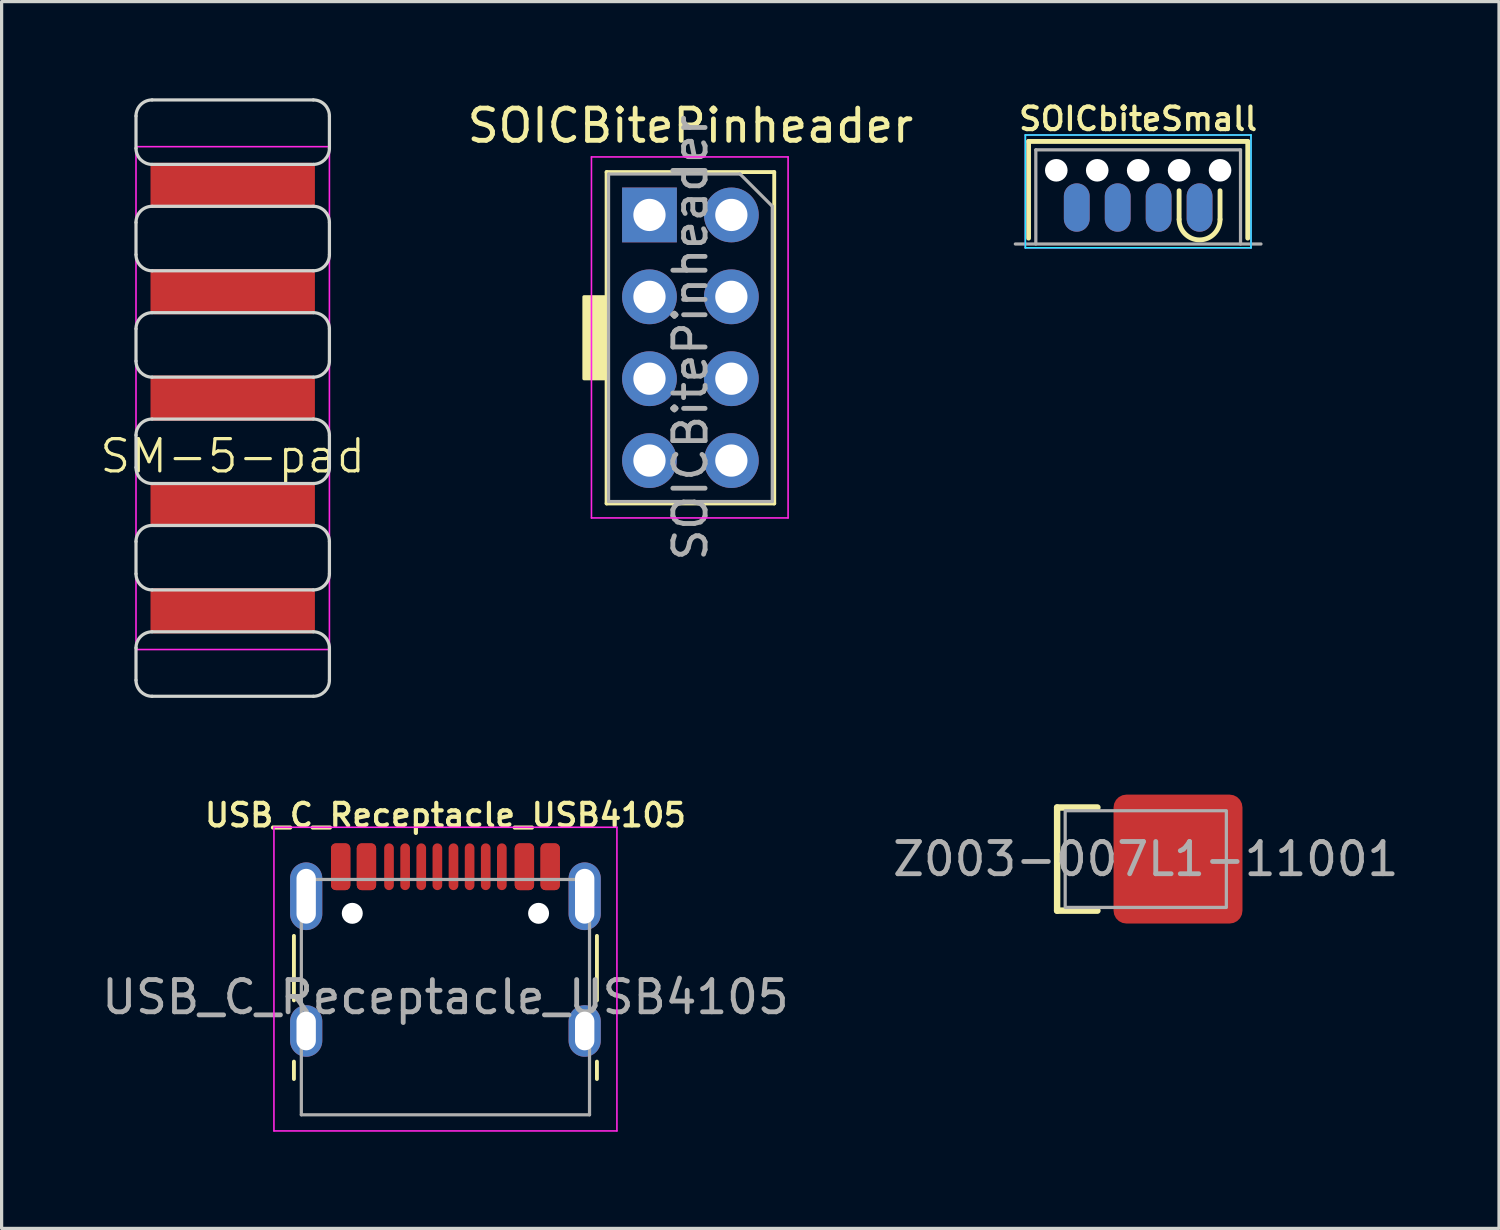
<source format=kicad_pcb>
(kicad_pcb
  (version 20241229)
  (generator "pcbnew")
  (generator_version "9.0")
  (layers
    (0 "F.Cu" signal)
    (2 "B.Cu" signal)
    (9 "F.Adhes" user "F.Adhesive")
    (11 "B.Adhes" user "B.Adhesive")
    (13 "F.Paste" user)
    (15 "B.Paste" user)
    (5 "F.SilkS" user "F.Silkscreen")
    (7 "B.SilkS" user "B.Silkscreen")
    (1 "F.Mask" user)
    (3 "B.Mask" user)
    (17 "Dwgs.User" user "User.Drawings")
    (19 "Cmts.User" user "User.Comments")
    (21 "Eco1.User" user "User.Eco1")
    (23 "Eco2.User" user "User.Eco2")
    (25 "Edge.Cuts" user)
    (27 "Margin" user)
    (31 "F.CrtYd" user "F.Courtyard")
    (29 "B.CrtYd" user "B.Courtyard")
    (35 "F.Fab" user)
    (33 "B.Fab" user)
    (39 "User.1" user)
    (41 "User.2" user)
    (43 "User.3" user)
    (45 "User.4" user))
  (footprint "SOICBitePinheader"
    (layer "F.Cu")
    (at 19.638 3.618)
    (property "Reference" "SOICBitePinheader" (at -1.27 -2.77 0) (layer "F.SilkS") (effects (font (size 1 1) (thickness 0.15))))
    (attr through_hole)
    (fp_line (start -3.87 -1.33) (end -3.87 8.95) (stroke (width 0.12) (type solid)) (layer "F.SilkS"))
    (fp_line (start -3.87 -1.33) (end 1.33 -1.33) (stroke (width 0.12) (type solid)) (layer "F.SilkS"))
    (fp_line (start -3.87 8.95) (end 1.33 8.95) (stroke (width 0.12) (type solid)) (layer "F.SilkS"))
    (fp_line (start 1.33 -1.33) (end 1.33 8.95) (stroke (width 0.12) (type solid)) (layer "F.SilkS"))
    (fp_poly (pts (xy -3.937 5.08) (xy -4.572 5.08) (xy -4.572 2.54) (xy -3.937 2.54)) (stroke (width 0.1) (type solid)) (fill yes) (layer "F.SilkS"))
    (fp_line (start -4.34 -1.8) (end 1.76 -1.8) (stroke (width 0.05) (type solid)) (layer "F.CrtYd"))
    (fp_line (start -4.34 9.4) (end -4.34 -1.8) (stroke (width 0.05) (type solid)) (layer "F.CrtYd"))
    (fp_line (start 1.76 -1.8) (end 1.76 9.4) (stroke (width 0.05) (type solid)) (layer "F.CrtYd"))
    (fp_line (start 1.76 9.4) (end -4.34 9.4) (stroke (width 0.05) (type solid)) (layer "F.CrtYd"))
    (fp_line (start -3.81 -1.27) (end 0.27 -1.27) (stroke (width 0.1) (type solid)) (layer "F.Fab"))
    (fp_line (start -3.81 8.89) (end -3.81 -1.27) (stroke (width 0.1) (type solid)) (layer "F.Fab"))
    (fp_line (start 0.27 -1.27) (end 1.27 -0.27) (stroke (width 0.1) (type solid)) (layer "F.Fab"))
    (fp_line (start 1.27 -0.27) (end 1.27 8.89) (stroke (width 0.1) (type solid)) (layer "F.Fab"))
    (fp_line (start 1.27 8.89) (end -3.81 8.89) (stroke (width 0.1) (type solid)) (layer "F.Fab"))
    (fp_text user "${REFERENCE}" (at -1.27 3.81 90) (layer "F.Fab") (effects (font (size 1 1) (thickness 0.15))))
    (pad "1" thru_hole rect (at -2.54 0) (size 1.7 1.7) (drill 1) (layers "*.Cu" "*.Mask"))
    (pad "2" thru_hole oval (at -2.54 2.54) (size 1.7 1.7) (drill 1) (layers "*.Cu" "*.Mask"))
    (pad "3" thru_hole oval (at -2.54 5.08) (size 1.7 1.7) (drill 1) (layers "*.Cu" "*.Mask"))
    (pad "4" thru_hole oval (at -2.54 7.62) (size 1.7 1.7) (drill 1) (layers "*.Cu" "*.Mask"))
    (pad "5" thru_hole oval (at 0 7.62) (size 1.7 1.7) (drill 1) (layers "*.Cu" "*.Mask"))
    (pad "6" thru_hole oval (at 0 5.08) (size 1.7 1.7) (drill 1) (layers "*.Cu" "*.Mask"))
    (pad "7" thru_hole oval (at 0 2.54) (size 1.7 1.7) (drill 1) (layers "*.Cu" "*.Mask"))
    (pad "8" thru_hole oval (at 0 0) (size 1.7 1.7) (drill 1) (layers "*.Cu" "*.Mask")))
  (footprint "SM-5-pad"
    (layer "F.Cu")
    (at 4.169 9.3)
    (property "Reference" "SM-5-pad" (at 0 1.8 0) (unlocked yes) (layer "F.SilkS") (effects (font (size 1 1) (thickness 0.1))))
    (attr smd board_only exclude_from_pos_files exclude_from_bom)
    (fp_line (start -3 -7.75) (end -3 -8.75) (stroke (width 0.1) (type default)) (layer "Edge.Cuts"))
    (fp_line (start -3 -4.45) (end -3 -5.45) (stroke (width 0.1) (type default)) (layer "Edge.Cuts"))
    (fp_line (start -3 -1.15) (end -3 -2.15) (stroke (width 0.1) (type default)) (layer "Edge.Cuts"))
    (fp_line (start -3 2.15) (end -3 1.15) (stroke (width 0.1) (type default)) (layer "Edge.Cuts"))
    (fp_line (start -3 5.45) (end -3 4.45) (stroke (width 0.1) (type default)) (layer "Edge.Cuts"))
    (fp_line (start -3 8.75) (end -3 7.75) (stroke (width 0.1) (type default)) (layer "Edge.Cuts"))
    (fp_line (start -2.5 -9.25) (end 2.5 -9.25) (stroke (width 0.1) (type default)) (layer "Edge.Cuts"))
    (fp_line (start -2.5 -5.95) (end 2.5 -5.95) (stroke (width 0.1) (type default)) (layer "Edge.Cuts"))
    (fp_line (start -2.5 -2.65) (end 2.5 -2.65) (stroke (width 0.1) (type default)) (layer "Edge.Cuts"))
    (fp_line (start -2.5 0.65) (end 2.5 0.65) (stroke (width 0.1) (type default)) (layer "Edge.Cuts"))
    (fp_line (start -2.5 3.95) (end 2.5 3.95) (stroke (width 0.1) (type default)) (layer "Edge.Cuts"))
    (fp_line (start -2.5 7.25) (end 2.5 7.25) (stroke (width 0.1) (type default)) (layer "Edge.Cuts"))
    (fp_line (start 2.5 5.95) (end -2.5 5.95) (stroke (width 0.1) (type default)) (layer "Edge.Cuts"))
    (fp_line (start 2.5 9.25) (end -2.5 9.25) (stroke (width 0.1) (type default)) (layer "Edge.Cuts"))
    (fp_line (start 2.5 -7.25) (end -2.5 -7.25) (stroke (width 0.1) (type default)) (layer "Edge.Cuts"))
    (fp_line (start 2.5 -3.95) (end -2.5 -3.95) (stroke (width 0.1) (type default)) (layer "Edge.Cuts"))
    (fp_line (start 2.5 -0.65) (end -2.5 -0.65) (stroke (width 0.1) (type default)) (layer "Edge.Cuts"))
    (fp_line (start 2.5 2.65) (end -2.5 2.65) (stroke (width 0.1) (type default)) (layer "Edge.Cuts"))
    (fp_line (start 3 -8.75) (end 3 -7.75) (stroke (width 0.1) (type default)) (layer "Edge.Cuts"))
    (fp_line (start 3 -5.45) (end 3 -4.45) (stroke (width 0.1) (type default)) (layer "Edge.Cuts"))
    (fp_line (start 3 -2.15) (end 3 -1.15) (stroke (width 0.1) (type default)) (layer "Edge.Cuts"))
    (fp_line (start 3 1.15) (end 3 2.15) (stroke (width 0.1) (type default)) (layer "Edge.Cuts"))
    (fp_line (start 3 4.45) (end 3 5.45) (stroke (width 0.1) (type default)) (layer "Edge.Cuts"))
    (fp_line (start 3 7.75) (end 3 8.75) (stroke (width 0.1) (type default)) (layer "Edge.Cuts"))
    (fp_arc (start -3 -8.750001) (mid -2.853553 -9.103554) (end -2.5 -9.250001) (stroke (width 0.1) (type default)) (layer "Edge.Cuts"))
    (fp_arc (start -3 -5.450001) (mid -2.853553 -5.803554) (end -2.5 -5.950001) (stroke (width 0.1) (type default)) (layer "Edge.Cuts"))
    (fp_arc (start -3 -2.150001) (mid -2.853553 -2.503554) (end -2.5 -2.650001) (stroke (width 0.1) (type default)) (layer "Edge.Cuts"))
    (fp_arc (start -3 4.45) (mid -2.853554 4.096446) (end -2.5 3.95) (stroke (width 0.1) (type default)) (layer "Edge.Cuts"))
    (fp_arc (start -3 7.749999) (mid -2.853553 7.396446) (end -2.5 7.249999) (stroke (width 0.1) (type default)) (layer "Edge.Cuts"))
    (fp_arc (start -2.999999 1.15) (mid -2.853553 0.796447) (end -2.5 0.649999) (stroke (width 0.1) (type default)) (layer "Edge.Cuts"))
    (fp_arc (start -2.500001 5.95) (mid -2.853554 5.803553) (end -3 5.45) (stroke (width 0.1) (type default)) (layer "Edge.Cuts"))
    (fp_arc (start -2.5 2.649999) (mid -2.853553 2.503552) (end -3 2.149999) (stroke (width 0.1) (type default)) (layer "Edge.Cuts"))
    (fp_arc (start -2.5 9.25) (mid -2.853553 9.103553) (end -3 8.75) (stroke (width 0.1) (type default)) (layer "Edge.Cuts"))
    (fp_arc (start -2.499999 -7.250001) (mid -2.853553 -7.396447) (end -3 -7.75) (stroke (width 0.1) (type default)) (layer "Edge.Cuts"))
    (fp_arc (start -2.499999 -3.950001) (mid -2.853553 -4.096447) (end -3 -4.45) (stroke (width 0.1) (type default)) (layer "Edge.Cuts"))
    (fp_arc (start -2.499999 -0.650001) (mid -2.853553 -0.796447) (end -3 -1.15) (stroke (width 0.1) (type default)) (layer "Edge.Cuts"))
    (fp_arc (start 2.5 0.649999) (mid 2.853554 0.796446) (end 3 1.15) (stroke (width 0.1) (type default)) (layer "Edge.Cuts"))
    (fp_arc (start 2.5 3.95) (mid 2.853553 4.096447) (end 3 4.45) (stroke (width 0.1) (type default)) (layer "Edge.Cuts"))
    (fp_arc (start 2.5 7.249999) (mid 2.853554 7.396446) (end 3 7.750001) (stroke (width 0.1) (type default)) (layer "Edge.Cuts"))
    (fp_arc (start 2.500001 -9.25) (mid 2.853553 -9.103553) (end 3 -8.750001) (stroke (width 0.1) (type default)) (layer "Edge.Cuts"))
    (fp_arc (start 2.500001 -5.95) (mid 2.853553 -5.803553) (end 3 -5.450001) (stroke (width 0.1) (type default)) (layer "Edge.Cuts"))
    (fp_arc (start 2.500001 -2.65) (mid 2.853553 -2.503553) (end 3 -2.150001) (stroke (width 0.1) (type default)) (layer "Edge.Cuts"))
    (fp_arc (start 3 -7.75) (mid 2.853554 -7.396447) (end 2.500001 -7.250001) (stroke (width 0.1) (type default)) (layer "Edge.Cuts"))
    (fp_arc (start 3 -4.45) (mid 2.853553 -4.096448) (end 2.500001 -3.950001) (stroke (width 0.1) (type default)) (layer "Edge.Cuts"))
    (fp_arc (start 3 -1.15) (mid 2.853554 -0.796447) (end 2.500001 -0.650001) (stroke (width 0.1) (type default)) (layer "Edge.Cuts"))
    (fp_arc (start 3 2.150001) (mid 2.853553 2.503553) (end 2.500001 2.65) (stroke (width 0.1) (type default)) (layer "Edge.Cuts"))
    (fp_arc (start 3 5.449999) (mid 2.853554 5.803553) (end 2.5 5.95) (stroke (width 0.1) (type default)) (layer "Edge.Cuts"))
    (fp_arc (start 3 8.749999) (mid 2.853554 9.103553) (end 2.5 9.25) (stroke (width 0.1) (type default)) (layer "Edge.Cuts"))
    (fp_rect (start -3 -7.8) (end 3 7.8) (stroke (width 0.05) (type default)) (fill no) (layer "F.CrtYd"))
    (pad "1" smd custom (at 0 6.7) (size 0.41 0.41) (layers "F.Cu" "F.Mask") (options (anchor circle)) (primitives (gr_poly (pts (xy -0.6 -0.102) (xy -0.592 -0.142) (xy -0.57 -0.175) (xy -0.537 -0.197) (xy -0.497 -0.205) (xy 0.497 -0.205) (xy 0.537 -0.197) (xy 0.57 -0.175) (xy 0.592 -0.142) (xy 0.6 -0.102) (xy 0.6 0.102) (xy 0.592 0.142) (xy 0.57 0.175) (xy 0.537 0.197) (xy 0.497 0.205) (xy -0.497 0.205) (xy -0.537 0.197) (xy -0.57 0.175) (xy -0.592 0.142) (xy -0.6 0.102)) (width 0) (fill yes)) (gr_poly (pts (xy -2.45 0.5) (xy -2.45 -0.7) (xy 2.45 -0.7) (xy 2.45 0.5)) (width 0.2) (fill yes))))
    (pad "2" smd custom (at 0 3.4) (size 0.41 0.41) (layers "F.Cu" "F.Mask") (options (anchor circle)) (primitives (gr_poly (pts (xy -0.6 -0.102) (xy -0.592 -0.142) (xy -0.57 -0.175) (xy -0.537 -0.197) (xy -0.497 -0.205) (xy 0.497 -0.205) (xy 0.537 -0.197) (xy 0.57 -0.175) (xy 0.592 -0.142) (xy 0.6 -0.102) (xy 0.6 0.102) (xy 0.592 0.142) (xy 0.57 0.175) (xy 0.537 0.197) (xy 0.497 0.205) (xy -0.497 0.205) (xy -0.537 0.197) (xy -0.57 0.175) (xy -0.592 0.142) (xy -0.6 0.102)) (width 0) (fill yes)) (gr_rect (start -2.45 -0.7) (end 2.45 0.5) (width 0.2) (fill yes))))
    (pad "3" smd custom (at -0.1 0) (size 0.41 0.41) (layers "F.Cu" "F.Mask") (options (anchor circle)) (primitives (gr_poly (pts (xy -0.6 -0.102) (xy -0.592 -0.142) (xy -0.57 -0.175) (xy -0.537 -0.197) (xy -0.497 -0.205) (xy 0.497 -0.205) (xy 0.537 -0.197) (xy 0.57 -0.175) (xy 0.592 -0.142) (xy 0.6 -0.102) (xy 0.6 0.102) (xy 0.592 0.142) (xy 0.57 0.175) (xy 0.537 0.197) (xy 0.497 0.205) (xy -0.497 0.205) (xy -0.537 0.197) (xy -0.57 0.175) (xy -0.592 0.142) (xy -0.6 0.102)) (width 0) (fill yes)) (gr_poly (pts (xy 2.55 0.6) (xy -2.35 0.6) (xy -2.35 -0.6) (xy 2.55 -0.6)) (width 0.2) (fill yes))))
    (pad "4" smd custom (at -0.1 -3.3) (size 0.41 0.41) (layers "F.Cu" "F.Mask") (options (anchor circle)) (primitives (gr_poly (pts (xy -0.6 -0.102) (xy -0.592 -0.142) (xy -0.57 -0.175) (xy -0.537 -0.197) (xy -0.497 -0.205) (xy 0.497 -0.205) (xy 0.537 -0.197) (xy 0.57 -0.175) (xy 0.592 -0.142) (xy 0.6 -0.102) (xy 0.6 0.102) (xy 0.592 0.142) (xy 0.57 0.175) (xy 0.537 0.197) (xy 0.497 0.205) (xy -0.497 0.205) (xy -0.537 0.197) (xy -0.57 0.175) (xy -0.592 0.142) (xy -0.6 0.102)) (width 0) (fill yes)) (gr_poly (pts (xy 2.55 0.6) (xy -2.35 0.6) (xy -2.35 -0.6) (xy 2.55 -0.6)) (width 0.2) (fill yes))))
    (pad "5" smd custom (at -0.1 -6.6) (size 0.41 0.41) (layers "F.Cu" "F.Mask") (options (anchor circle)) (primitives (gr_poly (pts (xy -0.6 -0.102) (xy -0.592 -0.142) (xy -0.57 -0.175) (xy -0.537 -0.197) (xy -0.497 -0.205) (xy 0.497 -0.205) (xy 0.537 -0.197) (xy 0.57 -0.175) (xy 0.592 -0.142) (xy 0.6 -0.102) (xy 0.6 0.102) (xy 0.592 0.142) (xy 0.57 0.175) (xy 0.537 0.197) (xy 0.497 0.205) (xy -0.497 0.205) (xy -0.537 0.197) (xy -0.57 0.175) (xy -0.592 0.142) (xy -0.6 0.102)) (width 0) (fill yes)) (gr_poly (pts (xy 2.55 0.6) (xy -2.35 0.6) (xy -2.35 -0.6) (xy 2.55 -0.6)) (width 0.2) (fill yes)))))
  (footprint "SOICbiteSmall"
    (layer "F.Cu")
    (at 32.258 4.138)
    (property "Reference" "SOICbiteSmall" (at 0 -3.5 0) (layer "F.SilkS") (effects (font (size 0.7 0.7) (thickness 0.13))))
    (property "Value" "${VALUE}" (at 0 0.8 0) (layer "F.Fab") (hide yes) (effects (font (size 0.4 0.4) (thickness 0.07))))
    (attr through_hole)
    (fp_line (start -3.4 -2.8) (end -3.4 0.2) (stroke (width 0.15) (type solid)) (layer "F.SilkS"))
    (fp_line (start 1.27 -0.381) (end 1.27 -1.27) (stroke (width 0.15) (type solid)) (layer "F.SilkS"))
    (fp_line (start 2.54 -0.381) (end 2.54 -1.27) (stroke (width 0.15) (type solid)) (layer "F.SilkS"))
    (fp_line (start 3.4 -2.8) (end -3.4 -2.8) (stroke (width 0.15) (type solid)) (layer "F.SilkS"))
    (fp_line (start 3.4 0.2) (end 3.4 -2.8) (stroke (width 0.15) (type solid)) (layer "F.SilkS"))
    (fp_arc (start 2.54 -0.381) (mid 1.905 0.254) (end 1.27 -0.381) (stroke (width 0.15) (type solid)) (layer "F.SilkS"))
    (fp_line (start -3.5 -3) (end -3.5 0.5) (stroke (width 0.05) (type solid)) (layer "B.CrtYd"))
    (fp_line (start -3.5 0.5) (end 3.5 0.5) (stroke (width 0.05) (type solid)) (layer "B.CrtYd"))
    (fp_line (start 3.5 -3) (end -3.5 -3) (stroke (width 0.05) (type solid)) (layer "B.CrtYd"))
    (fp_line (start 3.5 0.5) (end 3.5 -3) (stroke (width 0.05) (type solid)) (layer "B.CrtYd"))
    (fp_line (start -3.5 -3) (end 3.5 -3) (stroke (width 0.05) (type solid)) (layer "F.CrtYd"))
    (fp_line (start -3.5 0.5) (end -3.5 -3) (stroke (width 0.05) (type solid)) (layer "F.CrtYd"))
    (fp_line (start 3.5 -3) (end 3.5 0.5) (stroke (width 0.05) (type solid)) (layer "F.CrtYd"))
    (fp_line (start 3.5 0.5) (end -3.5 0.5) (stroke (width 0.05) (type solid)) (layer "F.CrtYd"))
    (fp_line (start -3.81 0.381) (end 3.81 0.381) (stroke (width 0.1) (type solid)) (layer "F.Fab"))
    (fp_line (start -3.175 -2.54) (end -3.175 0.381) (stroke (width 0.1) (type solid)) (layer "F.Fab"))
    (fp_line (start 3.175 -2.54) (end -3.175 -2.54) (stroke (width 0.1) (type solid)) (layer "F.Fab"))
    (fp_line (start 3.175 0.381) (end 3.175 -2.54) (stroke (width 0.1) (type solid)) (layer "F.Fab"))
    (pad "" np_thru_hole circle (at -2.54 -1.905) (size 0.7 0.7) (drill 0.7) (layers "*.Cu" "*.Mask"))
    (pad "" np_thru_hole circle (at -1.27 -1.905) (size 0.7 0.7) (drill 0.7) (layers "*.Cu" "*.Mask"))
    (pad "" np_thru_hole circle (at 0 -1.905) (size 0.7 0.7) (drill 0.7) (layers "*.Cu" "*.Mask"))
    (pad "" np_thru_hole circle (at 1.27 -1.905) (size 0.7 0.7) (drill 0.7) (layers "*.Cu" "*.Mask"))
    (pad "" np_thru_hole circle (at 2.54 -1.905) (size 0.7 0.7) (drill 0.7) (layers "*.Cu" "*.Mask"))
    (pad "1" smd oval (at 1.905 -0.75) (size 0.8 1.5) (layers "F.Cu" "F.Mask"))
    (pad "2" smd oval (at 0.635 -0.75) (size 0.8 1.5) (layers "F.Cu" "F.Mask"))
    (pad "3" smd oval (at -0.635 -0.75) (size 0.8 1.5) (layers "F.Cu" "F.Mask"))
    (pad "4" smd oval (at -1.905 -0.75) (size 0.8 1.5) (layers "F.Cu" "F.Mask"))
    (pad "5" smd oval (at -1.905 -0.75) (size 0.8 1.5) (layers "B.Cu" "B.Mask"))
    (pad "6" smd oval (at -0.635 -0.75) (size 0.8 1.5) (layers "B.Cu" "B.Mask"))
    (pad "7" smd oval (at 0.635 -0.75) (size 0.8 1.5) (layers "B.Cu" "B.Mask"))
    (pad "8" smd oval (at 1.905 -0.75) (size 0.8 1.5) (layers "B.Cu" "B.Mask")))
  (footprint "USB_C_Receptacle_USB4105"
    (layer "F.Cu")
    (at 10.768 27.883)
    (property "Reference" "USB_C_Receptacle_USB4105" (at 0 -5.645 0) (layer "F.SilkS") (effects (font (size 0.7 0.7) (thickness 0.13))))
    (attr smd)
    (fp_line (start -4.7 -1.9) (end -4.7 0.1) (stroke (width 0.12) (type solid)) (layer "F.SilkS"))
    (fp_line (start -4.7 2) (end -4.7 2.54) (stroke (width 0.12) (type solid)) (layer "F.SilkS"))
    (fp_line (start 4.7 -1.9) (end 4.7 0.1) (stroke (width 0.12) (type solid)) (layer "F.SilkS"))
    (fp_line (start 4.7 2) (end 4.7 2.54) (stroke (width 0.12) (type solid)) (layer "F.SilkS"))
    (fp_line (start -5.32 -5.27) (end -5.32 4.15) (stroke (width 0.05) (type solid)) (layer "F.CrtYd"))
    (fp_line (start -5.32 -5.27) (end 5.32 -5.27) (stroke (width 0.05) (type solid)) (layer "F.CrtYd"))
    (fp_line (start -5.32 4.15) (end 5.32 4.15) (stroke (width 0.05) (type solid)) (layer "F.CrtYd"))
    (fp_line (start 5.32 -5.27) (end 5.32 4.15) (stroke (width 0.05) (type solid)) (layer "F.CrtYd"))
    (fp_line (start -4.47 -3.65) (end -4.47 3.65) (stroke (width 0.1) (type solid)) (layer "F.Fab"))
    (fp_line (start -4.47 -3.65) (end 4.47 -3.65) (stroke (width 0.1) (type solid)) (layer "F.Fab"))
    (fp_line (start -4.47 3.65) (end 4.47 3.65) (stroke (width 0.1) (type solid)) (layer "F.Fab"))
    (fp_line (start 4.47 -3.65) (end 4.47 3.65) (stroke (width 0.1) (type solid)) (layer "F.Fab"))
    (fp_text user "${REFERENCE}" (at 0 0 0) (layer "F.Fab") (effects (font (size 1 1) (thickness 0.15))))
    (pad "" np_thru_hole circle (at -2.89 -2.6) (size 0.65 0.65) (drill 0.65) (layers "*.Cu" "*.Mask"))
    (pad "" np_thru_hole circle (at 2.89 -2.6) (size 0.65 0.65) (drill 0.65) (layers "*.Cu" "*.Mask"))
    (pad "A1" smd roundrect (at -3.25 -4.045) (size 0.6 1.45) (layers "F.Cu" "F.Mask" "F.Paste") (roundrect_rratio 0.25))
    (pad "A4" smd roundrect (at -2.45 -4.045) (size 0.6 1.45) (layers "F.Cu" "F.Mask" "F.Paste") (roundrect_rratio 0.25))
    (pad "A5" smd oval (at -1.25 -4.045) (size 0.3 1.45) (layers "F.Cu" "F.Mask" "F.Paste"))
    (pad "A6" smd oval (at -0.25 -4.045) (size 0.3 1.45) (layers "F.Cu" "F.Mask" "F.Paste"))
    (pad "A7" smd oval (at 0.25 -4.045) (size 0.3 1.45) (layers "F.Cu" "F.Mask" "F.Paste"))
    (pad "A8" smd oval (at 1.25 -4.045) (size 0.3 1.45) (layers "F.Cu" "F.Mask" "F.Paste"))
    (pad "A9" smd roundrect (at 2.45 -4.045) (size 0.6 1.45) (layers "F.Cu" "F.Mask" "F.Paste") (roundrect_rratio 0.25))
    (pad "A12" smd roundrect (at 3.25 -4.045) (size 0.6 1.45) (layers "F.Cu" "F.Mask" "F.Paste") (roundrect_rratio 0.25))
    (pad "B1" smd roundrect (at 3.25 -4.045) (size 0.6 1.45) (layers "F.Cu" "F.Mask" "F.Paste") (roundrect_rratio 0.25))
    (pad "B4" smd roundrect (at 2.45 -4.045) (size 0.6 1.45) (layers "F.Cu" "F.Mask" "F.Paste") (roundrect_rratio 0.25))
    (pad "B5" smd oval (at 1.75 -4.045) (size 0.3 1.45) (layers "F.Cu" "F.Mask" "F.Paste"))
    (pad "B6" smd oval (at 0.75 -4.045) (size 0.3 1.45) (layers "F.Cu" "F.Mask" "F.Paste"))
    (pad "B7" smd oval (at -0.75 -4.045) (size 0.3 1.45) (layers "F.Cu" "F.Mask" "F.Paste"))
    (pad "B8" smd oval (at -1.75 -4.045) (size 0.3 1.45) (layers "F.Cu" "F.Mask" "F.Paste"))
    (pad "B9" smd roundrect (at -2.45 -4.045) (size 0.6 1.45) (layers "F.Cu" "F.Mask" "F.Paste") (roundrect_rratio 0.25))
    (pad "B12" smd roundrect (at -3.25 -4.045) (size 0.6 1.45) (layers "F.Cu" "F.Mask" "F.Paste") (roundrect_rratio 0.25))
    (pad "S1" thru_hole oval (at -4.32 -3.13) (size 1 2.1) (drill oval 0.6 1.7) (layers "*.Cu" "*.Mask"))
    (pad "S1" thru_hole oval (at -4.32 1.05) (size 1 1.6) (drill oval 0.6 1.2) (layers "*.Cu" "*.Mask"))
    (pad "S1" thru_hole oval (at 4.32 -3.13) (size 1 2.1) (drill oval 0.6 1.7) (layers "*.Cu" "*.Mask"))
    (pad "S1" thru_hole oval (at 4.32 1.05) (size 1 1.6) (drill oval 0.6 1.2) (layers "*.Cu" "*.Mask")))
  (footprint "Z003-007L1-11001"
    (layer "F.Cu")
    (at 33.494 23.6)
    (property "Reference" "Z003-007L1-11001" (at -1 0 0) (layer "F.Fab") (effects (font (size 1 1) (thickness 0.15))))
    (attr exclude_from_pos_files exclude_from_bom)
    (fp_line (start -3.75 -1.6) (end -3.75 1.6) (stroke (width 0.2) (type default)) (layer "F.SilkS"))
    (fp_line (start -3.75 1.6) (end -2.5 1.6) (stroke (width 0.2) (type default)) (layer "F.SilkS"))
    (fp_line (start -2.5 -1.6) (end -3.75 -1.6) (stroke (width 0.2) (type default)) (layer "F.SilkS"))
    (fp_rect (start -3.5 -1.5) (end 1.5 1.5) (stroke (width 0.1) (type default)) (fill no) (layer "F.Fab"))
    (pad "1" smd roundrect (at 0 0) (size 4 4) (layers "F.Cu" "F.Mask") (roundrect_rratio 0.1)))
  (gr_rect
    (start -3 -3)
    (end 43.452 35.058)
    (stroke (width 0.1) (type default))
    (fill no)
    (layer "Edge.Cuts")))
</source>
